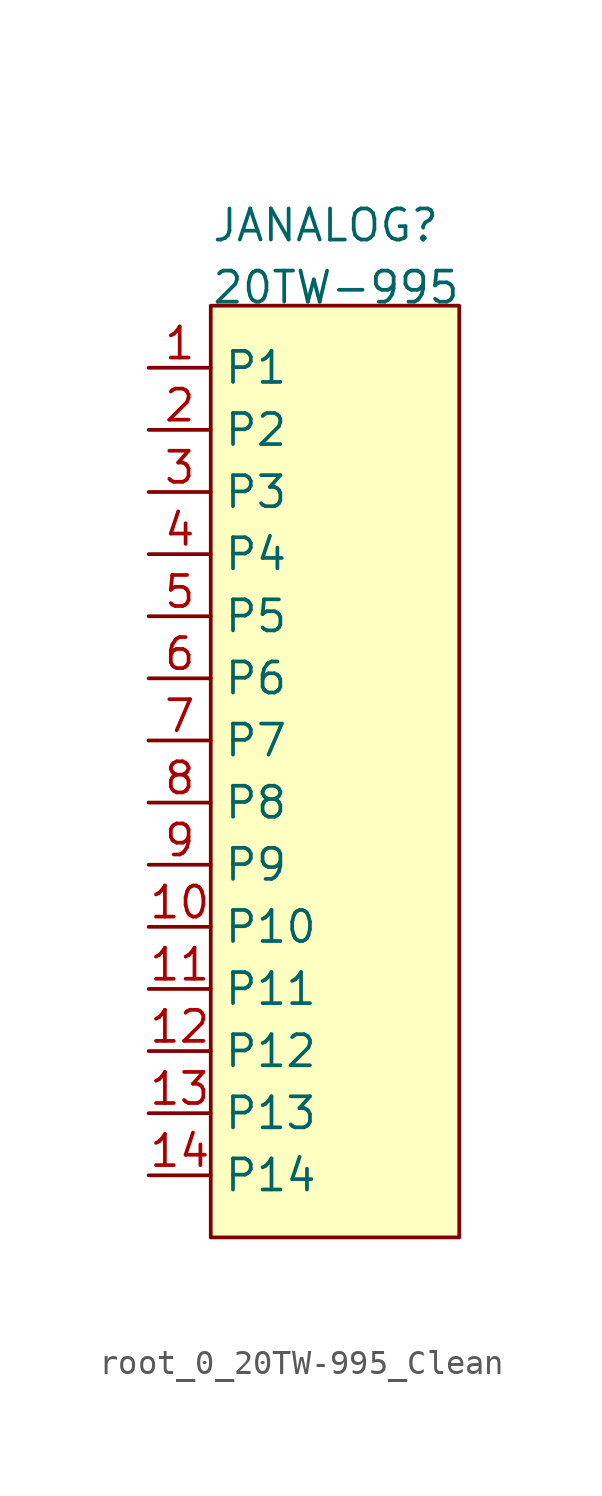
<source format=kicad_sym>
(kicad_symbol_lib
  (version 20241209)
  (generator "kicad_symbol_editor")
  (generator_version "9.0")
  (symbol "root_0_20TW-995_Clean"
    (property "Reference" "JANALOG"
      (at 2.54 5.08 0)
      (effects (font (size 1.27 1.27)) (justify left bottom)))
    (property "Value" "20TW-995"
      (at 2.54 2.54 0)
      (effects (font (size 1.27 1.27)) (justify left bottom)))
    (symbol "root_0_20TW-995_Clean_1_0"
      (rectangle (start 2.54 2.54) (end 12.7 -35.56) (stroke (width 0) (type solid) (color 128 0 0 1)) (fill (type background)))
      (pin passive line (at 0 0 0) (length 2.54) (name "P1" (effects (font (size 1.27 1.27)))) (number "1" (effects (font (size 1.27 1.27)))))
      (pin passive line (at 0 -2.54 0) (length 2.54) (name "P2" (effects (font (size 1.27 1.27)))) (number "2" (effects (font (size 1.27 1.27)))))
      (pin passive line (at 0 -5.08 0) (length 2.54) (name "P3" (effects (font (size 1.27 1.27)))) (number "3" (effects (font (size 1.27 1.27)))))
      (pin passive line (at 0 -7.62 0) (length 2.54) (name "P4" (effects (font (size 1.27 1.27)))) (number "4" (effects (font (size 1.27 1.27)))))
      (pin passive line (at 0 -10.16 0) (length 2.54) (name "P5" (effects (font (size 1.27 1.27)))) (number "5" (effects (font (size 1.27 1.27)))))
      (pin passive line (at 0 -12.7 0) (length 2.54) (name "P6" (effects (font (size 1.27 1.27)))) (number "6" (effects (font (size 1.27 1.27)))))
      (pin passive line (at 0 -15.24 0) (length 2.54) (name "P7" (effects (font (size 1.27 1.27)))) (number "7" (effects (font (size 1.27 1.27)))))
      (pin passive line (at 0 -17.78 0) (length 2.54) (name "P8" (effects (font (size 1.27 1.27)))) (number "8" (effects (font (size 1.27 1.27)))))
      (pin passive line (at 0 -20.32 0) (length 2.54) (name "P9" (effects (font (size 1.27 1.27)))) (number "9" (effects (font (size 1.27 1.27)))))
      (pin passive line (at 0 -22.86 0) (length 2.54) (name "P10" (effects (font (size 1.27 1.27)))) (number "10" (effects (font (size 1.27 1.27)))))
      (pin passive line (at 0 -25.4 0) (length 2.54) (name "P11" (effects (font (size 1.27 1.27)))) (number "11" (effects (font (size 1.27 1.27)))))
      (pin passive line (at 0 -27.94 0) (length 2.54) (name "P12" (effects (font (size 1.27 1.27)))) (number "12" (effects (font (size 1.27 1.27)))))
      (pin passive line (at 0 -30.48 0) (length 2.54) (name "P13" (effects (font (size 1.27 1.27)))) (number "13" (effects (font (size 1.27 1.27)))))
      (pin passive line (at 0 -33.02 0) (length 2.54) (name "P14" (effects (font (size 1.27 1.27)))) (number "14" (effects (font (size 1.27 1.27))))))))
</source>
